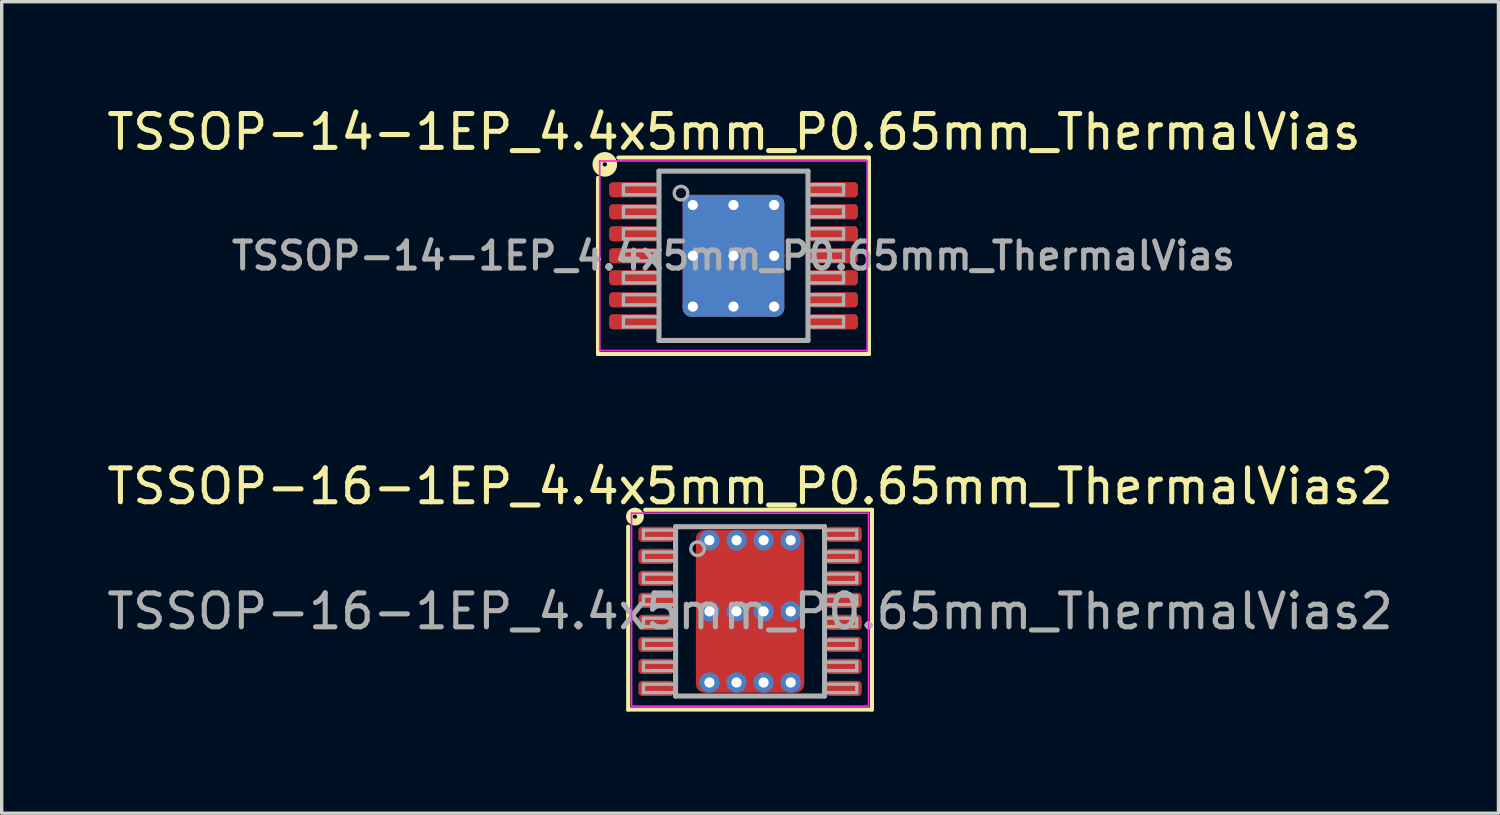
<source format=kicad_pcb>
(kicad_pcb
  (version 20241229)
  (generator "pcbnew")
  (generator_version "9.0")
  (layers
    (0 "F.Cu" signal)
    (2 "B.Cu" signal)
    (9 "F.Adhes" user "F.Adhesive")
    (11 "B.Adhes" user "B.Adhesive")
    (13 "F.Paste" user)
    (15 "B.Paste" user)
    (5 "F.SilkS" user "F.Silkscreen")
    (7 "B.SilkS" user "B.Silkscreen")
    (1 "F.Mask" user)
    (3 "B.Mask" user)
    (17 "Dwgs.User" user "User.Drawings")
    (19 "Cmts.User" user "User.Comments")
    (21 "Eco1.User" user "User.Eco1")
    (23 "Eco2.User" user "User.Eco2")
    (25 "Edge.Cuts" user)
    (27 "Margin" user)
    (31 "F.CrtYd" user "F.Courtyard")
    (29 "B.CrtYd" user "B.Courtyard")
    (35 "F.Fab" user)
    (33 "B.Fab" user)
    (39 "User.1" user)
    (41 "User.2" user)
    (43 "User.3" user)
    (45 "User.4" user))
  (footprint "TSSOP-14-1EP_4.4x5mm_P0.65mm_ThermalVias"
    (layer "F.Cu")
    (at 18.611 4.504)
    (property "Reference" "TSSOP-14-1EP_4.4x5mm_P0.65mm_ThermalVias" (at 0.014 -3.656 0) (layer "F.SilkS") (effects (font (size 1 1) (thickness 0.15))))
    (attr smd)
    (fp_line (start -4 -2.3) (end -4 2.9) (stroke (width 0.12) (type solid)) (layer "F.SilkS"))
    (fp_line (start -4 2.9) (end 4 2.9) (stroke (width 0.12) (type solid)) (layer "F.SilkS"))
    (fp_line (start 4 -2.9) (end -3.4 -2.9) (stroke (width 0.12) (type solid)) (layer "F.SilkS"))
    (fp_line (start 4 2.9) (end 4 -2.9) (stroke (width 0.12) (type solid)) (layer "F.SilkS"))
    (fp_circle (center -3.8 -2.7) (end -3.736 -2.7) (stroke (width 0.3) (type solid)) (fill no) (layer "F.SilkS"))
    (fp_line (start -3.95 -2.8) (end -3.95 2.8) (stroke (width 0.05) (type solid)) (layer "F.CrtYd"))
    (fp_line (start -3.95 -2.8) (end 3.95 -2.8) (stroke (width 0.05) (type solid)) (layer "F.CrtYd"))
    (fp_line (start -3.95 2.8) (end 3.95 2.8) (stroke (width 0.05) (type solid)) (layer "F.CrtYd"))
    (fp_line (start 3.95 -2.8) (end 3.95 2.8) (stroke (width 0.05) (type solid)) (layer "F.CrtYd"))
    (fp_line (start -3.25 -2.1) (end -3.25 -1.8) (stroke (width 0.1) (type solid)) (layer "F.Fab"))
    (fp_line (start -3.25 -2.1) (end -2.2 -2.1) (stroke (width 0.1) (type solid)) (layer "F.Fab"))
    (fp_line (start -3.25 -1.8) (end -2.2 -1.8) (stroke (width 0.1) (type solid)) (layer "F.Fab"))
    (fp_line (start -3.25 -1.45) (end -3.25 -1.15) (stroke (width 0.1) (type solid)) (layer "F.Fab"))
    (fp_line (start -3.25 -1.45) (end -2.2 -1.45) (stroke (width 0.1) (type solid)) (layer "F.Fab"))
    (fp_line (start -3.25 -1.15) (end -2.2 -1.15) (stroke (width 0.1) (type solid)) (layer "F.Fab"))
    (fp_line (start -3.25 -0.8) (end -3.25 -0.5) (stroke (width 0.1) (type solid)) (layer "F.Fab"))
    (fp_line (start -3.25 -0.8) (end -2.2 -0.8) (stroke (width 0.1) (type solid)) (layer "F.Fab"))
    (fp_line (start -3.25 -0.5) (end -2.2 -0.5) (stroke (width 0.1) (type solid)) (layer "F.Fab"))
    (fp_line (start -3.25 -0.15) (end -3.25 0.15) (stroke (width 0.1) (type solid)) (layer "F.Fab"))
    (fp_line (start -3.25 -0.15) (end -2.2 -0.15) (stroke (width 0.1) (type solid)) (layer "F.Fab"))
    (fp_line (start -3.25 0.15) (end -2.2 0.15) (stroke (width 0.1) (type solid)) (layer "F.Fab"))
    (fp_line (start -3.25 0.5) (end -3.25 0.8) (stroke (width 0.1) (type solid)) (layer "F.Fab"))
    (fp_line (start -3.25 0.5) (end -2.2 0.5) (stroke (width 0.1) (type solid)) (layer "F.Fab"))
    (fp_line (start -3.25 0.8) (end -2.2 0.8) (stroke (width 0.1) (type solid)) (layer "F.Fab"))
    (fp_line (start -3.25 1.15) (end -3.25 1.45) (stroke (width 0.1) (type solid)) (layer "F.Fab"))
    (fp_line (start -3.25 1.15) (end -2.2 1.15) (stroke (width 0.1) (type solid)) (layer "F.Fab"))
    (fp_line (start -3.25 1.45) (end -2.2 1.45) (stroke (width 0.1) (type solid)) (layer "F.Fab"))
    (fp_line (start -3.25 1.8) (end -3.25 2.1) (stroke (width 0.1) (type solid)) (layer "F.Fab"))
    (fp_line (start -3.25 1.8) (end -2.2 1.8) (stroke (width 0.1) (type solid)) (layer "F.Fab"))
    (fp_line (start -3.25 2.1) (end -2.2 2.1) (stroke (width 0.1) (type solid)) (layer "F.Fab"))
    (fp_line (start -2.2 -2.5) (end 2.2 -2.5) (stroke (width 0.15) (type solid)) (layer "F.Fab"))
    (fp_line (start -2.2 2.5) (end -2.2 -2.5) (stroke (width 0.15) (type solid)) (layer "F.Fab"))
    (fp_line (start 2.2 -2.5) (end 2.2 2.5) (stroke (width 0.15) (type solid)) (layer "F.Fab"))
    (fp_line (start 2.2 2.5) (end -2.2 2.5) (stroke (width 0.15) (type solid)) (layer "F.Fab"))
    (fp_line (start 3.25 -2.1) (end 2.2 -2.1) (stroke (width 0.1) (type solid)) (layer "F.Fab"))
    (fp_line (start 3.25 -1.8) (end 2.2 -1.8) (stroke (width 0.1) (type solid)) (layer "F.Fab"))
    (fp_line (start 3.25 -1.8) (end 3.25 -2.1) (stroke (width 0.1) (type solid)) (layer "F.Fab"))
    (fp_line (start 3.25 -1.45) (end 2.2 -1.45) (stroke (width 0.1) (type solid)) (layer "F.Fab"))
    (fp_line (start 3.25 -1.15) (end 2.2 -1.15) (stroke (width 0.1) (type solid)) (layer "F.Fab"))
    (fp_line (start 3.25 -1.15) (end 3.25 -1.45) (stroke (width 0.1) (type solid)) (layer "F.Fab"))
    (fp_line (start 3.25 -0.8) (end 2.2 -0.8) (stroke (width 0.1) (type solid)) (layer "F.Fab"))
    (fp_line (start 3.25 -0.5) (end 2.2 -0.5) (stroke (width 0.1) (type solid)) (layer "F.Fab"))
    (fp_line (start 3.25 -0.5) (end 3.25 -0.8) (stroke (width 0.1) (type solid)) (layer "F.Fab"))
    (fp_line (start 3.25 -0.15) (end 2.2 -0.15) (stroke (width 0.1) (type solid)) (layer "F.Fab"))
    (fp_line (start 3.25 0.15) (end 2.2 0.15) (stroke (width 0.1) (type solid)) (layer "F.Fab"))
    (fp_line (start 3.25 0.15) (end 3.25 -0.15) (stroke (width 0.1) (type solid)) (layer "F.Fab"))
    (fp_line (start 3.25 0.5) (end 2.2 0.5) (stroke (width 0.1) (type solid)) (layer "F.Fab"))
    (fp_line (start 3.25 0.8) (end 2.2 0.8) (stroke (width 0.1) (type solid)) (layer "F.Fab"))
    (fp_line (start 3.25 0.8) (end 3.25 0.5) (stroke (width 0.1) (type solid)) (layer "F.Fab"))
    (fp_line (start 3.25 1.15) (end 2.2 1.15) (stroke (width 0.1) (type solid)) (layer "F.Fab"))
    (fp_line (start 3.25 1.45) (end 2.2 1.45) (stroke (width 0.1) (type solid)) (layer "F.Fab"))
    (fp_line (start 3.25 1.45) (end 3.25 1.15) (stroke (width 0.1) (type solid)) (layer "F.Fab"))
    (fp_line (start 3.25 1.8) (end 2.2 1.8) (stroke (width 0.1) (type solid)) (layer "F.Fab"))
    (fp_line (start 3.25 2.1) (end 2.2 2.1) (stroke (width 0.1) (type solid)) (layer "F.Fab"))
    (fp_line (start 3.25 2.1) (end 3.25 1.8) (stroke (width 0.1) (type solid)) (layer "F.Fab"))
    (fp_circle (center -1.55 -1.85) (end -1.35 -1.85) (stroke (width 0.1) (type solid)) (fill no) (layer "F.Fab"))
    (fp_text user "${REFERENCE}" (at 0 0 0) (layer "F.Fab") (effects (font (size 0.8 0.8) (thickness 0.15))))
    (pad "" smd roundrect (at -0.7 -0.8) (size 1.2 1.4) (layers "F.Paste") (roundrect_rratio 0.25))
    (pad "" smd roundrect (at -0.7 0.8) (size 1.2 1.4) (layers "F.Paste") (roundrect_rratio 0.25))
    (pad "" smd roundrect (at 0.7 -0.8) (size 1.2 1.4) (layers "F.Paste") (roundrect_rratio 0.25))
    (pad "" smd roundrect (at 0.7 0.8) (size 1.2 1.4) (layers "F.Paste") (roundrect_rratio 0.25))
    (pad "1" smd roundrect (at -2.95 -1.95) (size 1.45 0.45) (layers "F.Cu" "F.Mask" "F.Paste") (roundrect_rratio 0.25))
    (pad "2" smd roundrect (at -2.95 -1.3) (size 1.45 0.45) (layers "F.Cu" "F.Mask" "F.Paste") (roundrect_rratio 0.25))
    (pad "3" smd roundrect (at -2.95 -0.65) (size 1.45 0.45) (layers "F.Cu" "F.Mask" "F.Paste") (roundrect_rratio 0.25))
    (pad "4" smd roundrect (at -2.95 0) (size 1.45 0.45) (layers "F.Cu" "F.Mask" "F.Paste") (roundrect_rratio 0.25))
    (pad "5" smd roundrect (at -2.95 0.65) (size 1.45 0.45) (layers "F.Cu" "F.Mask" "F.Paste") (roundrect_rratio 0.25))
    (pad "6" smd roundrect (at -2.95 1.3) (size 1.45 0.45) (layers "F.Cu" "F.Mask" "F.Paste") (roundrect_rratio 0.25))
    (pad "7" smd roundrect (at -2.95 1.95) (size 1.45 0.45) (layers "F.Cu" "F.Mask" "F.Paste") (roundrect_rratio 0.25))
    (pad "8" smd roundrect (at 2.95 1.95) (size 1.45 0.45) (layers "F.Cu" "F.Mask" "F.Paste") (roundrect_rratio 0.25))
    (pad "9" smd roundrect (at 2.95 1.3) (size 1.45 0.45) (layers "F.Cu" "F.Mask" "F.Paste") (roundrect_rratio 0.25))
    (pad "10" smd roundrect (at 2.95 0.65) (size 1.45 0.45) (layers "F.Cu" "F.Mask" "F.Paste") (roundrect_rratio 0.25))
    (pad "11" smd roundrect (at 2.95 0) (size 1.45 0.45) (layers "F.Cu" "F.Mask" "F.Paste") (roundrect_rratio 0.25))
    (pad "12" smd roundrect (at 2.95 -0.65) (size 1.45 0.45) (layers "F.Cu" "F.Mask" "F.Paste") (roundrect_rratio 0.25))
    (pad "13" smd roundrect (at 2.95 -1.3) (size 1.45 0.45) (layers "F.Cu" "F.Mask" "F.Paste") (roundrect_rratio 0.25))
    (pad "14" smd roundrect (at 2.95 -1.95) (size 1.45 0.45) (layers "F.Cu" "F.Mask" "F.Paste") (roundrect_rratio 0.25))
    (pad "15" thru_hole circle (at -1.2 -1.5) (size 0.6 0.6) (drill 0.3) (property pad_prop_heatsink) (layers "*.Cu"))
    (pad "15" thru_hole circle (at -1.2 0) (size 0.6 0.6) (drill 0.3) (property pad_prop_heatsink) (layers "*.Cu"))
    (pad "15" thru_hole circle (at -1.2 1.5) (size 0.6 0.6) (drill 0.3) (property pad_prop_heatsink) (layers "*.Cu"))
    (pad "15" thru_hole circle (at 0 -1.5) (size 0.6 0.6) (drill 0.3) (property pad_prop_heatsink) (layers "*.Cu"))
    (pad "15" thru_hole circle (at 0 0) (size 0.6 0.6) (drill 0.3) (property pad_prop_heatsink) (layers "*.Cu"))
    (pad "15" smd roundrect (at 0 0) (size 3 3.6) (layers "F.Cu" "F.Mask") (roundrect_rratio 0.083))
    (pad "15" smd roundrect (at 0 0) (size 3 3.6) (layers "B.Cu" "B.Mask") (roundrect_rratio 0.083))
    (pad "15" thru_hole circle (at 0 1.5) (size 0.6 0.6) (drill 0.3) (property pad_prop_heatsink) (layers "*.Cu"))
    (pad "15" thru_hole circle (at 1.2 -1.5) (size 0.6 0.6) (drill 0.3) (property pad_prop_heatsink) (layers "*.Cu"))
    (pad "15" thru_hole circle (at 1.2 0) (size 0.6 0.6) (drill 0.3) (property pad_prop_heatsink) (layers "*.Cu"))
    (pad "15" thru_hole circle (at 1.2 1.5) (size 0.6 0.6) (drill 0.3) (property pad_prop_heatsink) (layers "*.Cu")))
  (footprint "TSSOP-16-1EP_4.4x5mm_P0.65mm_ThermalVias2"
    (layer "F.Cu")
    (at 19.101 15.005)
    (property "Reference" "TSSOP-16-1EP_4.4x5mm_P0.65mm_ThermalVias2" (at 0 -3.692 0) (layer "F.SilkS") (effects (font (size 1 1) (thickness 0.15))))
    (attr smd)
    (fp_line (start -3.6 -2.5) (end -3.6 2.9) (stroke (width 0.12) (type solid)) (layer "F.SilkS"))
    (fp_line (start -3.6 2.9) (end 3.6 2.9) (stroke (width 0.12) (type solid)) (layer "F.SilkS"))
    (fp_line (start 3.6 -3) (end -3.1 -3) (stroke (width 0.12) (type solid)) (layer "F.SilkS"))
    (fp_line (start 3.6 2.9) (end 3.6 -3) (stroke (width 0.12) (type solid)) (layer "F.SilkS"))
    (fp_circle (center -3.4 -2.8) (end -3.337 -2.8) (stroke (width 0.2) (type solid)) (fill no) (layer "F.SilkS"))
    (fp_line (start -3.5 -2.9) (end -3.5 2.8) (stroke (width 0.05) (type solid)) (layer "F.CrtYd"))
    (fp_line (start -3.5 -2.9) (end 3.5 -2.9) (stroke (width 0.05) (type solid)) (layer "F.CrtYd"))
    (fp_line (start -3.5 2.8) (end 3.5 2.8) (stroke (width 0.05) (type solid)) (layer "F.CrtYd"))
    (fp_line (start 3.5 -2.9) (end 3.5 2.8) (stroke (width 0.05) (type solid)) (layer "F.CrtYd"))
    (fp_line (start -3.15 -2.4) (end -3.15 -2.15) (stroke (width 0.1) (type solid)) (layer "F.Fab"))
    (fp_line (start -3.15 -2.4) (end -2.2 -2.4) (stroke (width 0.1) (type solid)) (layer "F.Fab"))
    (fp_line (start -3.15 -2.15) (end -2.2 -2.15) (stroke (width 0.1) (type solid)) (layer "F.Fab"))
    (fp_line (start -3.15 -1.75) (end -3.15 -1.5) (stroke (width 0.1) (type solid)) (layer "F.Fab"))
    (fp_line (start -3.15 -1.75) (end -2.2 -1.75) (stroke (width 0.1) (type solid)) (layer "F.Fab"))
    (fp_line (start -3.15 -1.5) (end -2.2 -1.5) (stroke (width 0.1) (type solid)) (layer "F.Fab"))
    (fp_line (start -3.15 -1.1) (end -3.15 -0.85) (stroke (width 0.1) (type solid)) (layer "F.Fab"))
    (fp_line (start -3.15 -1.1) (end -2.2 -1.1) (stroke (width 0.1) (type solid)) (layer "F.Fab"))
    (fp_line (start -3.15 -0.85) (end -2.2 -0.85) (stroke (width 0.1) (type solid)) (layer "F.Fab"))
    (fp_line (start -3.15 -0.45) (end -3.15 -0.2) (stroke (width 0.1) (type solid)) (layer "F.Fab"))
    (fp_line (start -3.15 -0.45) (end -2.2 -0.45) (stroke (width 0.1) (type solid)) (layer "F.Fab"))
    (fp_line (start -3.15 -0.2) (end -2.2 -0.2) (stroke (width 0.1) (type solid)) (layer "F.Fab"))
    (fp_line (start -3.15 0.2) (end -3.15 0.45) (stroke (width 0.1) (type solid)) (layer "F.Fab"))
    (fp_line (start -3.15 0.2) (end -2.2 0.2) (stroke (width 0.1) (type solid)) (layer "F.Fab"))
    (fp_line (start -3.15 0.45) (end -2.2 0.45) (stroke (width 0.1) (type solid)) (layer "F.Fab"))
    (fp_line (start -3.15 0.85) (end -3.15 1.1) (stroke (width 0.1) (type solid)) (layer "F.Fab"))
    (fp_line (start -3.15 0.85) (end -2.2 0.85) (stroke (width 0.1) (type solid)) (layer "F.Fab"))
    (fp_line (start -3.15 1.1) (end -2.2 1.1) (stroke (width 0.1) (type solid)) (layer "F.Fab"))
    (fp_line (start -3.15 1.5) (end -3.15 1.75) (stroke (width 0.1) (type solid)) (layer "F.Fab"))
    (fp_line (start -3.15 1.5) (end -2.2 1.5) (stroke (width 0.1) (type solid)) (layer "F.Fab"))
    (fp_line (start -3.15 1.75) (end -2.2 1.75) (stroke (width 0.1) (type solid)) (layer "F.Fab"))
    (fp_line (start -3.15 2.15) (end -3.15 2.4) (stroke (width 0.1) (type solid)) (layer "F.Fab"))
    (fp_line (start -3.15 2.15) (end -2.2 2.15) (stroke (width 0.1) (type solid)) (layer "F.Fab"))
    (fp_line (start -3.15 2.4) (end -2.2 2.4) (stroke (width 0.1) (type solid)) (layer "F.Fab"))
    (fp_line (start -2.2 -2.5) (end 2.2 -2.5) (stroke (width 0.15) (type solid)) (layer "F.Fab"))
    (fp_line (start -2.2 2.5) (end -2.2 -2.5) (stroke (width 0.15) (type solid)) (layer "F.Fab"))
    (fp_line (start 2.2 -2.5) (end 2.2 2.5) (stroke (width 0.15) (type solid)) (layer "F.Fab"))
    (fp_line (start 2.2 2.5) (end -2.2 2.5) (stroke (width 0.15) (type solid)) (layer "F.Fab"))
    (fp_line (start 3.15 -2.4) (end 2.2 -2.4) (stroke (width 0.1) (type solid)) (layer "F.Fab"))
    (fp_line (start 3.15 -2.15) (end 2.2 -2.15) (stroke (width 0.1) (type solid)) (layer "F.Fab"))
    (fp_line (start 3.15 -2.15) (end 3.15 -2.4) (stroke (width 0.1) (type solid)) (layer "F.Fab"))
    (fp_line (start 3.15 -1.75) (end 2.2 -1.75) (stroke (width 0.1) (type solid)) (layer "F.Fab"))
    (fp_line (start 3.15 -1.5) (end 2.2 -1.5) (stroke (width 0.1) (type solid)) (layer "F.Fab"))
    (fp_line (start 3.15 -1.5) (end 3.15 -1.75) (stroke (width 0.1) (type solid)) (layer "F.Fab"))
    (fp_line (start 3.15 -1.1) (end 2.2 -1.1) (stroke (width 0.1) (type solid)) (layer "F.Fab"))
    (fp_line (start 3.15 -0.85) (end 2.2 -0.85) (stroke (width 0.1) (type solid)) (layer "F.Fab"))
    (fp_line (start 3.15 -0.85) (end 3.15 -1.1) (stroke (width 0.1) (type solid)) (layer "F.Fab"))
    (fp_line (start 3.15 -0.45) (end 2.2 -0.45) (stroke (width 0.1) (type solid)) (layer "F.Fab"))
    (fp_line (start 3.15 -0.2) (end 2.2 -0.2) (stroke (width 0.1) (type solid)) (layer "F.Fab"))
    (fp_line (start 3.15 -0.2) (end 3.15 -0.45) (stroke (width 0.1) (type solid)) (layer "F.Fab"))
    (fp_line (start 3.15 0.2) (end 2.2 0.2) (stroke (width 0.1) (type solid)) (layer "F.Fab"))
    (fp_line (start 3.15 0.45) (end 2.2 0.45) (stroke (width 0.1) (type solid)) (layer "F.Fab"))
    (fp_line (start 3.15 0.45) (end 3.15 0.2) (stroke (width 0.1) (type solid)) (layer "F.Fab"))
    (fp_line (start 3.15 0.85) (end 2.2 0.85) (stroke (width 0.1) (type solid)) (layer "F.Fab"))
    (fp_line (start 3.15 1.1) (end 2.2 1.1) (stroke (width 0.1) (type solid)) (layer "F.Fab"))
    (fp_line (start 3.15 1.1) (end 3.15 0.85) (stroke (width 0.1) (type solid)) (layer "F.Fab"))
    (fp_line (start 3.15 1.5) (end 2.2 1.5) (stroke (width 0.1) (type solid)) (layer "F.Fab"))
    (fp_line (start 3.15 1.75) (end 2.2 1.75) (stroke (width 0.1) (type solid)) (layer "F.Fab"))
    (fp_line (start 3.15 1.75) (end 3.15 1.5) (stroke (width 0.1) (type solid)) (layer "F.Fab"))
    (fp_line (start 3.15 2.15) (end 2.2 2.15) (stroke (width 0.1) (type solid)) (layer "F.Fab"))
    (fp_line (start 3.15 2.4) (end 2.2 2.4) (stroke (width 0.1) (type solid)) (layer "F.Fab"))
    (fp_line (start 3.15 2.4) (end 3.15 2.15) (stroke (width 0.1) (type solid)) (layer "F.Fab"))
    (fp_circle (center -1.55 -1.85) (end -1.35 -1.85) (stroke (width 0.1) (type solid)) (fill no) (layer "F.Fab"))
    (fp_text user "${REFERENCE}" (at 0 0 0) (layer "F.Fab") (effects (font (size 1 1) (thickness 0.15))))
    (pad "" smd roundrect (at -0.7 -1.05) (size 1.2 1.2) (layers "F.Paste") (roundrect_rratio 0.208))
    (pad "" smd roundrect (at -0.7 1.05) (size 1.2 1.2) (layers "F.Paste") (roundrect_rratio 0.208))
    (pad "" smd roundrect (at -0.003 -1.05) (size 3.005 1.5) (layers "F.Mask") (roundrect_rratio 0.167))
    (pad "" smd roundrect (at -0.003 1.05) (size 3.005 1.5) (layers "F.Mask") (roundrect_rratio 0.167))
    (pad "" smd roundrect (at 0.7 -1.05) (size 1.2 1.2) (layers "F.Paste") (roundrect_rratio 0.208))
    (pad "" smd roundrect (at 0.7 1.05) (size 1.2 1.2) (layers "F.Paste") (roundrect_rratio 0.208))
    (pad "1" smd roundrect (at -2.775 -2.275) (size 1.05 0.45) (layers "F.Cu" "F.Mask" "F.Paste") (roundrect_rratio 0.25))
    (pad "2" smd roundrect (at -2.775 -1.625) (size 1.05 0.45) (layers "F.Cu" "F.Mask" "F.Paste") (roundrect_rratio 0.25))
    (pad "3" smd roundrect (at -2.775 -0.975) (size 1.05 0.45) (layers "F.Cu" "F.Mask" "F.Paste") (roundrect_rratio 0.25))
    (pad "4" smd roundrect (at -2.775 -0.325) (size 1.05 0.45) (layers "F.Cu" "F.Mask" "F.Paste") (roundrect_rratio 0.25))
    (pad "5" smd roundrect (at -2.775 0.325) (size 1.05 0.45) (layers "F.Cu" "F.Mask" "F.Paste") (roundrect_rratio 0.25))
    (pad "6" smd roundrect (at -2.775 0.975) (size 1.05 0.45) (layers "F.Cu" "F.Mask" "F.Paste") (roundrect_rratio 0.25))
    (pad "7" smd roundrect (at -2.775 1.625) (size 1.05 0.45) (layers "F.Cu" "F.Mask" "F.Paste") (roundrect_rratio 0.25))
    (pad "8" smd roundrect (at -2.775 2.275) (size 1.05 0.45) (layers "F.Cu" "F.Mask" "F.Paste") (roundrect_rratio 0.25))
    (pad "9" smd roundrect (at 2.775 2.275) (size 1.05 0.45) (layers "F.Cu" "F.Mask" "F.Paste") (roundrect_rratio 0.25))
    (pad "10" smd roundrect (at 2.775 1.625) (size 1.05 0.45) (layers "F.Cu" "F.Mask" "F.Paste") (roundrect_rratio 0.25))
    (pad "11" smd roundrect (at 2.775 0.975) (size 1.05 0.45) (layers "F.Cu" "F.Mask" "F.Paste") (roundrect_rratio 0.25))
    (pad "12" smd roundrect (at 2.775 0.325) (size 1.05 0.45) (layers "F.Cu" "F.Mask" "F.Paste") (roundrect_rratio 0.25))
    (pad "13" smd roundrect (at 2.775 -0.325) (size 1.05 0.45) (layers "F.Cu" "F.Mask" "F.Paste") (roundrect_rratio 0.25))
    (pad "14" smd roundrect (at 2.775 -0.975) (size 1.05 0.45) (layers "F.Cu" "F.Mask" "F.Paste") (roundrect_rratio 0.25))
    (pad "15" smd roundrect (at 2.775 -1.625) (size 1.05 0.45) (layers "F.Cu" "F.Mask" "F.Paste") (roundrect_rratio 0.25))
    (pad "16" smd roundrect (at 2.775 -2.275) (size 1.05 0.45) (layers "F.Cu" "F.Mask" "F.Paste") (roundrect_rratio 0.25))
    (pad "17" thru_hole circle (at -1.2 -2.1) (size 0.6 0.6) (drill 0.3) (property pad_prop_heatsink) (layers "*.Cu" "*.Mask"))
    (pad "17" thru_hole circle (at -1.2 0) (size 0.6 0.6) (drill 0.3) (property pad_prop_heatsink) (layers "*.Cu" "*.Mask"))
    (pad "17" thru_hole circle (at -1.2 2.1) (size 0.6 0.6) (drill 0.3) (property pad_prop_heatsink) (layers "*.Cu" "*.Mask"))
    (pad "17" thru_hole circle (at -0.4 -2.1) (size 0.6 0.6) (drill 0.3) (property pad_prop_heatsink) (layers "*.Cu" "*.Mask"))
    (pad "17" thru_hole circle (at -0.4 0) (size 0.6 0.6) (drill 0.3) (property pad_prop_heatsink) (layers "*.Cu" "*.Mask"))
    (pad "17" thru_hole circle (at -0.4 2.1) (size 0.6 0.6) (drill 0.3) (property pad_prop_heatsink) (layers "*.Cu" "*.Mask"))
    (pad "17" smd roundrect (at 0 0) (size 3.2 4.8) (layers "F.Cu") (roundrect_rratio 0.078))
    (pad "17" thru_hole circle (at 0.4 -2.1) (size 0.6 0.6) (drill 0.3) (property pad_prop_heatsink) (layers "*.Cu" "*.Mask"))
    (pad "17" thru_hole circle (at 0.4 0) (size 0.6 0.6) (drill 0.3) (property pad_prop_heatsink) (layers "*.Cu" "*.Mask"))
    (pad "17" thru_hole circle (at 0.4 2.1) (size 0.6 0.6) (drill 0.3) (property pad_prop_heatsink) (layers "*.Cu" "*.Mask"))
    (pad "17" thru_hole circle (at 1.2 -2.1) (size 0.6 0.6) (drill 0.3) (property pad_prop_heatsink) (layers "*.Cu" "*.Mask"))
    (pad "17" thru_hole circle (at 1.2 0) (size 0.6 0.6) (drill 0.3) (property pad_prop_heatsink) (layers "*.Cu" "*.Mask"))
    (pad "17" thru_hole circle (at 1.2 2.1) (size 0.6 0.6) (drill 0.3) (property pad_prop_heatsink) (layers "*.Cu" "*.Mask")))
  (gr_rect
    (start -3 -3)
    (end 41.202 20.965)
    (stroke (width 0.1) (type default))
    (fill no)
    (layer "Edge.Cuts")))
</source>
